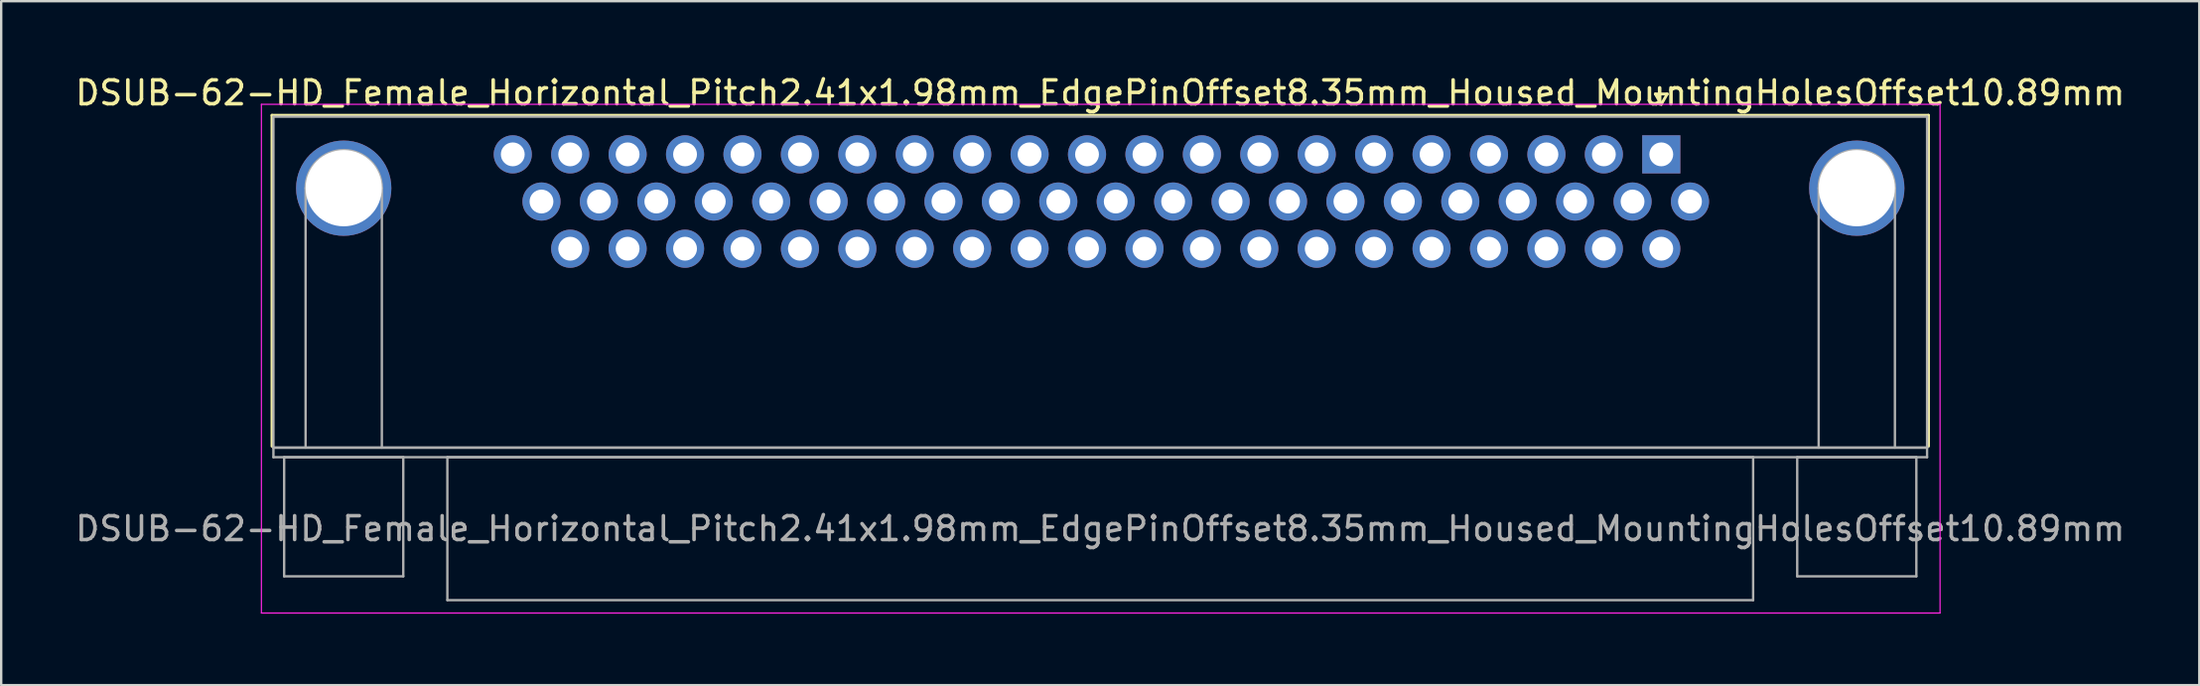
<source format=kicad_pcb>
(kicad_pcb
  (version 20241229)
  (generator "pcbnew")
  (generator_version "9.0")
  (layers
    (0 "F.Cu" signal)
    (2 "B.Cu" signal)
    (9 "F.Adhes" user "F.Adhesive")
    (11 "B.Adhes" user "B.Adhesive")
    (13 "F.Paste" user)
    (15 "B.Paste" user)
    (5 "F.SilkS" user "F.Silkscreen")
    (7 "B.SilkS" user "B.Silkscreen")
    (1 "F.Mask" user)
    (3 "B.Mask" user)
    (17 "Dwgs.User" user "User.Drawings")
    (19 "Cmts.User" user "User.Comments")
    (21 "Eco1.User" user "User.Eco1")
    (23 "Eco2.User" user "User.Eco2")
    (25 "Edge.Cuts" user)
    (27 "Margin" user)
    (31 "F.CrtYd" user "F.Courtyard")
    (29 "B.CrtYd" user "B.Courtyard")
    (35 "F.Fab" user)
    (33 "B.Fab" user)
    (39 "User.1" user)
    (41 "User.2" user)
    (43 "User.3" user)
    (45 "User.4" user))
  (footprint "DSUB-62-HD_Female_Horizontal_Pitch2.41x1.98mm_EdgePinOffset8.35mm_Housed_MountingHolesOffset10.89mm"
    (layer "F.Cu")
    (at 66.67 3.428)
    (property "Reference" "DSUB-62-HD_Female_Horizontal_Pitch2.41x1.98mm_EdgePinOffset8.35mm_Housed_MountingHolesOffset10.89mm" (at -23.545 -2.58 0) (layer "F.SilkS") (effects (font (size 1 1) (thickness 0.15))))
    (attr through_hole)
    (fp_line (start -58.305 -1.64) (end 11.215 -1.64) (stroke (width 0.12) (type solid)) (layer "F.SilkS"))
    (fp_line (start -58.305 12.25) (end -58.305 -1.64) (stroke (width 0.12) (type solid)) (layer "F.SilkS"))
    (fp_line (start -0.25 -2.534) (end 0.25 -2.534) (stroke (width 0.12) (type solid)) (layer "F.SilkS"))
    (fp_line (start 0 -2.101) (end -0.25 -2.534) (stroke (width 0.12) (type solid)) (layer "F.SilkS"))
    (fp_line (start 0.25 -2.534) (end 0 -2.101) (stroke (width 0.12) (type solid)) (layer "F.SilkS"))
    (fp_line (start 11.215 -1.64) (end 11.215 12.25) (stroke (width 0.12) (type solid)) (layer "F.SilkS"))
    (fp_line (start -58.75 -2.1) (end -58.75 19.25) (stroke (width 0.05) (type solid)) (layer "F.CrtYd"))
    (fp_line (start -58.75 19.25) (end 11.7 19.25) (stroke (width 0.05) (type solid)) (layer "F.CrtYd"))
    (fp_line (start 11.7 -2.1) (end -58.75 -2.1) (stroke (width 0.05) (type solid)) (layer "F.CrtYd"))
    (fp_line (start 11.7 19.25) (end 11.7 -2.1) (stroke (width 0.05) (type solid)) (layer "F.CrtYd"))
    (fp_line (start -58.245 -1.58) (end -58.245 12.31) (stroke (width 0.1) (type solid)) (layer "F.Fab"))
    (fp_line (start -58.245 12.31) (end -58.245 12.71) (stroke (width 0.1) (type solid)) (layer "F.Fab"))
    (fp_line (start -58.245 12.31) (end 11.155 12.31) (stroke (width 0.1) (type solid)) (layer "F.Fab"))
    (fp_line (start -58.245 12.71) (end 11.155 12.71) (stroke (width 0.1) (type solid)) (layer "F.Fab"))
    (fp_line (start -57.795 12.71) (end -57.795 17.71) (stroke (width 0.1) (type solid)) (layer "F.Fab"))
    (fp_line (start -57.795 17.71) (end -52.795 17.71) (stroke (width 0.1) (type solid)) (layer "F.Fab"))
    (fp_line (start -56.895 12.31) (end -56.895 1.42) (stroke (width 0.1) (type solid)) (layer "F.Fab"))
    (fp_line (start -53.695 12.31) (end -53.695 1.42) (stroke (width 0.1) (type solid)) (layer "F.Fab"))
    (fp_line (start -52.795 12.71) (end -57.795 12.71) (stroke (width 0.1) (type solid)) (layer "F.Fab"))
    (fp_line (start -52.795 17.71) (end -52.795 12.71) (stroke (width 0.1) (type solid)) (layer "F.Fab"))
    (fp_line (start -50.945 12.71) (end -50.945 18.71) (stroke (width 0.1) (type solid)) (layer "F.Fab"))
    (fp_line (start -50.945 18.71) (end 3.855 18.71) (stroke (width 0.1) (type solid)) (layer "F.Fab"))
    (fp_line (start 3.855 12.71) (end -50.945 12.71) (stroke (width 0.1) (type solid)) (layer "F.Fab"))
    (fp_line (start 3.855 18.71) (end 3.855 12.71) (stroke (width 0.1) (type solid)) (layer "F.Fab"))
    (fp_line (start 5.705 12.71) (end 5.705 17.71) (stroke (width 0.1) (type solid)) (layer "F.Fab"))
    (fp_line (start 5.705 17.71) (end 10.705 17.71) (stroke (width 0.1) (type solid)) (layer "F.Fab"))
    (fp_line (start 6.605 12.31) (end 6.605 1.42) (stroke (width 0.1) (type solid)) (layer "F.Fab"))
    (fp_line (start 9.805 12.31) (end 9.805 1.42) (stroke (width 0.1) (type solid)) (layer "F.Fab"))
    (fp_line (start 10.705 12.71) (end 5.705 12.71) (stroke (width 0.1) (type solid)) (layer "F.Fab"))
    (fp_line (start 10.705 17.71) (end 10.705 12.71) (stroke (width 0.1) (type solid)) (layer "F.Fab"))
    (fp_line (start 11.155 -1.58) (end -58.245 -1.58) (stroke (width 0.1) (type solid)) (layer "F.Fab"))
    (fp_line (start 11.155 12.31) (end -58.245 12.31) (stroke (width 0.1) (type solid)) (layer "F.Fab"))
    (fp_line (start 11.155 12.31) (end 11.155 -1.58) (stroke (width 0.1) (type solid)) (layer "F.Fab"))
    (fp_line (start 11.155 12.71) (end 11.155 12.31) (stroke (width 0.1) (type solid)) (layer "F.Fab"))
    (fp_arc (start -56.895 1.42) (mid -55.295 -0.18) (end -53.695 1.42) (stroke (width 0.1) (type solid)) (layer "F.Fab"))
    (fp_arc (start 6.605 1.42) (mid 8.205 -0.18) (end 9.805 1.42) (stroke (width 0.1) (type solid)) (layer "F.Fab"))
    (fp_text user "${REFERENCE}" (at -23.545 15.71 0) (layer "F.Fab") (effects (font (size 1 1) (thickness 0.15))))
    (pad "0" thru_hole circle (at -55.295 1.42) (size 4 4) (drill 3.2) (layers "*.Cu" "*.Mask"))
    (pad "0" thru_hole circle (at 8.205 1.42) (size 4 4) (drill 3.2) (layers "*.Cu" "*.Mask"))
    (pad "1" thru_hole rect (at 0 0) (size 1.6 1.6) (drill 1) (layers "*.Cu" "*.Mask"))
    (pad "2" thru_hole circle (at -2.41 0) (size 1.6 1.6) (drill 1) (layers "*.Cu" "*.Mask"))
    (pad "3" thru_hole circle (at -4.82 0) (size 1.6 1.6) (drill 1) (layers "*.Cu" "*.Mask"))
    (pad "4" thru_hole circle (at -7.23 0) (size 1.6 1.6) (drill 1) (layers "*.Cu" "*.Mask"))
    (pad "5" thru_hole circle (at -9.64 0) (size 1.6 1.6) (drill 1) (layers "*.Cu" "*.Mask"))
    (pad "6" thru_hole circle (at -12.05 0) (size 1.6 1.6) (drill 1) (layers "*.Cu" "*.Mask"))
    (pad "7" thru_hole circle (at -14.46 0) (size 1.6 1.6) (drill 1) (layers "*.Cu" "*.Mask"))
    (pad "8" thru_hole circle (at -16.87 0) (size 1.6 1.6) (drill 1) (layers "*.Cu" "*.Mask"))
    (pad "9" thru_hole circle (at -19.28 0) (size 1.6 1.6) (drill 1) (layers "*.Cu" "*.Mask"))
    (pad "10" thru_hole circle (at -21.69 0) (size 1.6 1.6) (drill 1) (layers "*.Cu" "*.Mask"))
    (pad "11" thru_hole circle (at -24.1 0) (size 1.6 1.6) (drill 1) (layers "*.Cu" "*.Mask"))
    (pad "12" thru_hole circle (at -26.51 0) (size 1.6 1.6) (drill 1) (layers "*.Cu" "*.Mask"))
    (pad "13" thru_hole circle (at -28.92 0) (size 1.6 1.6) (drill 1) (layers "*.Cu" "*.Mask"))
    (pad "14" thru_hole circle (at -31.33 0) (size 1.6 1.6) (drill 1) (layers "*.Cu" "*.Mask"))
    (pad "15" thru_hole circle (at -33.74 0) (size 1.6 1.6) (drill 1) (layers "*.Cu" "*.Mask"))
    (pad "16" thru_hole circle (at -36.15 0) (size 1.6 1.6) (drill 1) (layers "*.Cu" "*.Mask"))
    (pad "17" thru_hole circle (at -38.56 0) (size 1.6 1.6) (drill 1) (layers "*.Cu" "*.Mask"))
    (pad "18" thru_hole circle (at -40.97 0) (size 1.6 1.6) (drill 1) (layers "*.Cu" "*.Mask"))
    (pad "19" thru_hole circle (at -43.38 0) (size 1.6 1.6) (drill 1) (layers "*.Cu" "*.Mask"))
    (pad "20" thru_hole circle (at -45.79 0) (size 1.6 1.6) (drill 1) (layers "*.Cu" "*.Mask"))
    (pad "21" thru_hole circle (at -48.2 0) (size 1.6 1.6) (drill 1) (layers "*.Cu" "*.Mask"))
    (pad "22" thru_hole circle (at 1.205 1.98) (size 1.6 1.6) (drill 1) (layers "*.Cu" "*.Mask"))
    (pad "23" thru_hole circle (at -1.205 1.98) (size 1.6 1.6) (drill 1) (layers "*.Cu" "*.Mask"))
    (pad "24" thru_hole circle (at -3.615 1.98) (size 1.6 1.6) (drill 1) (layers "*.Cu" "*.Mask"))
    (pad "25" thru_hole circle (at -6.025 1.98) (size 1.6 1.6) (drill 1) (layers "*.Cu" "*.Mask"))
    (pad "26" thru_hole circle (at -8.435 1.98) (size 1.6 1.6) (drill 1) (layers "*.Cu" "*.Mask"))
    (pad "27" thru_hole circle (at -10.845 1.98) (size 1.6 1.6) (drill 1) (layers "*.Cu" "*.Mask"))
    (pad "28" thru_hole circle (at -13.255 1.98) (size 1.6 1.6) (drill 1) (layers "*.Cu" "*.Mask"))
    (pad "29" thru_hole circle (at -15.665 1.98) (size 1.6 1.6) (drill 1) (layers "*.Cu" "*.Mask"))
    (pad "30" thru_hole circle (at -18.075 1.98) (size 1.6 1.6) (drill 1) (layers "*.Cu" "*.Mask"))
    (pad "31" thru_hole circle (at -20.485 1.98) (size 1.6 1.6) (drill 1) (layers "*.Cu" "*.Mask"))
    (pad "32" thru_hole circle (at -22.895 1.98) (size 1.6 1.6) (drill 1) (layers "*.Cu" "*.Mask"))
    (pad "33" thru_hole circle (at -25.305 1.98) (size 1.6 1.6) (drill 1) (layers "*.Cu" "*.Mask"))
    (pad "34" thru_hole circle (at -27.715 1.98) (size 1.6 1.6) (drill 1) (layers "*.Cu" "*.Mask"))
    (pad "35" thru_hole circle (at -30.125 1.98) (size 1.6 1.6) (drill 1) (layers "*.Cu" "*.Mask"))
    (pad "36" thru_hole circle (at -32.535 1.98) (size 1.6 1.6) (drill 1) (layers "*.Cu" "*.Mask"))
    (pad "37" thru_hole circle (at -34.945 1.98) (size 1.6 1.6) (drill 1) (layers "*.Cu" "*.Mask"))
    (pad "38" thru_hole circle (at -37.355 1.98) (size 1.6 1.6) (drill 1) (layers "*.Cu" "*.Mask"))
    (pad "39" thru_hole circle (at -39.765 1.98) (size 1.6 1.6) (drill 1) (layers "*.Cu" "*.Mask"))
    (pad "40" thru_hole circle (at -42.175 1.98) (size 1.6 1.6) (drill 1) (layers "*.Cu" "*.Mask"))
    (pad "41" thru_hole circle (at -44.585 1.98) (size 1.6 1.6) (drill 1) (layers "*.Cu" "*.Mask"))
    (pad "42" thru_hole circle (at -46.995 1.98) (size 1.6 1.6) (drill 1) (layers "*.Cu" "*.Mask"))
    (pad "43" thru_hole circle (at 0 3.96) (size 1.6 1.6) (drill 1) (layers "*.Cu" "*.Mask"))
    (pad "44" thru_hole circle (at -2.41 3.96) (size 1.6 1.6) (drill 1) (layers "*.Cu" "*.Mask"))
    (pad "45" thru_hole circle (at -4.82 3.96) (size 1.6 1.6) (drill 1) (layers "*.Cu" "*.Mask"))
    (pad "46" thru_hole circle (at -7.23 3.96) (size 1.6 1.6) (drill 1) (layers "*.Cu" "*.Mask"))
    (pad "47" thru_hole circle (at -9.64 3.96) (size 1.6 1.6) (drill 1) (layers "*.Cu" "*.Mask"))
    (pad "48" thru_hole circle (at -12.05 3.96) (size 1.6 1.6) (drill 1) (layers "*.Cu" "*.Mask"))
    (pad "49" thru_hole circle (at -14.46 3.96) (size 1.6 1.6) (drill 1) (layers "*.Cu" "*.Mask"))
    (pad "50" thru_hole circle (at -16.87 3.96) (size 1.6 1.6) (drill 1) (layers "*.Cu" "*.Mask"))
    (pad "51" thru_hole circle (at -19.28 3.96) (size 1.6 1.6) (drill 1) (layers "*.Cu" "*.Mask"))
    (pad "52" thru_hole circle (at -21.69 3.96) (size 1.6 1.6) (drill 1) (layers "*.Cu" "*.Mask"))
    (pad "53" thru_hole circle (at -24.1 3.96) (size 1.6 1.6) (drill 1) (layers "*.Cu" "*.Mask"))
    (pad "54" thru_hole circle (at -26.51 3.96) (size 1.6 1.6) (drill 1) (layers "*.Cu" "*.Mask"))
    (pad "55" thru_hole circle (at -28.92 3.96) (size 1.6 1.6) (drill 1) (layers "*.Cu" "*.Mask"))
    (pad "56" thru_hole circle (at -31.33 3.96) (size 1.6 1.6) (drill 1) (layers "*.Cu" "*.Mask"))
    (pad "57" thru_hole circle (at -33.74 3.96) (size 1.6 1.6) (drill 1) (layers "*.Cu" "*.Mask"))
    (pad "58" thru_hole circle (at -36.15 3.96) (size 1.6 1.6) (drill 1) (layers "*.Cu" "*.Mask"))
    (pad "59" thru_hole circle (at -38.56 3.96) (size 1.6 1.6) (drill 1) (layers "*.Cu" "*.Mask"))
    (pad "60" thru_hole circle (at -40.97 3.96) (size 1.6 1.6) (drill 1) (layers "*.Cu" "*.Mask"))
    (pad "61" thru_hole circle (at -43.38 3.96) (size 1.6 1.6) (drill 1) (layers "*.Cu" "*.Mask"))
    (pad "62" thru_hole circle (at -45.79 3.96) (size 1.6 1.6) (drill 1) (layers "*.Cu" "*.Mask")))
  (gr_rect
    (start -3 -3)
    (end 89.25 25.703)
    (stroke (width 0.1) (type default))
    (fill no)
    (layer "Edge.Cuts")))
</source>
